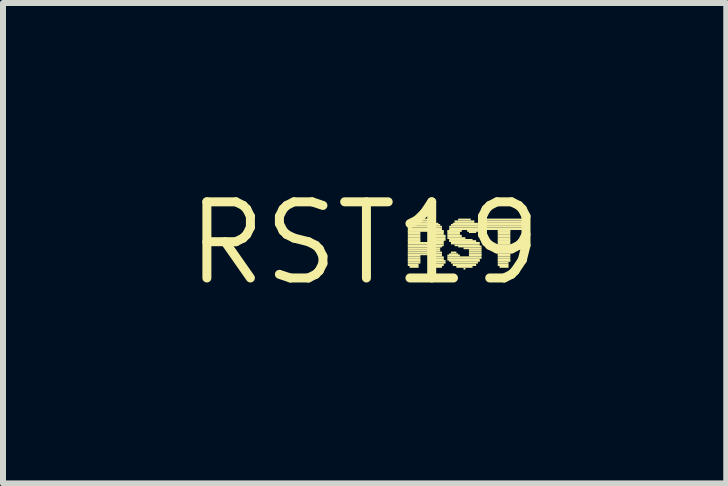
<source format=kicad_pcb>
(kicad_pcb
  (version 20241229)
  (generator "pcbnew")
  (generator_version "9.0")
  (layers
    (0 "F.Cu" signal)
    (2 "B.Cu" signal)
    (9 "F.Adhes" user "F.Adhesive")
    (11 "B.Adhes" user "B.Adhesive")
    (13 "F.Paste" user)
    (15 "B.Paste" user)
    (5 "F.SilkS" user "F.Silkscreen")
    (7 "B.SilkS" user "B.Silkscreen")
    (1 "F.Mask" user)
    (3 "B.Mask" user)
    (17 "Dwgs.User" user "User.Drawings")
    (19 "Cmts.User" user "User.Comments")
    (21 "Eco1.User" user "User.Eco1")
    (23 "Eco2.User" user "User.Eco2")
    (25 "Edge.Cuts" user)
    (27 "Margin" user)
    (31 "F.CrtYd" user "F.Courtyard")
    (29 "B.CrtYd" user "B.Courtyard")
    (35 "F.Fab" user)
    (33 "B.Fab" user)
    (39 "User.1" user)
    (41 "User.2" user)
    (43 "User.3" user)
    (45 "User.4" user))
  (footprint "RST19"
    (layer "F.Cu")
    (at 3.031 1.006)
    (property "Reference" "RST19" (at 0 0 0) (layer "F.SilkS") (effects (font (size 1.27 1.27) (thickness 0.15))))
    (fp_poly (pts (xy 0.72 -0.34) (xy 1.17 -0.34) (xy 1.17 -0.38) (xy 0.72 -0.38)) (stroke (width 0) (type default)) (fill yes) (layer "F.SilkS"))
    (fp_poly (pts (xy 0.72 -0.31) (xy 1.23 -0.31) (xy 1.23 -0.34) (xy 0.72 -0.34)) (stroke (width 0) (type default)) (fill yes) (layer "F.SilkS"))
    (fp_poly (pts (xy 0.72 -0.29) (xy 1.26 -0.29) (xy 1.26 -0.32) (xy 0.72 -0.32)) (stroke (width 0) (type default)) (fill yes) (layer "F.SilkS"))
    (fp_poly (pts (xy 0.72 -0.26) (xy 1.29 -0.26) (xy 1.29 -0.29) (xy 0.72 -0.29)) (stroke (width 0) (type default)) (fill yes) (layer "F.SilkS"))
    (fp_poly (pts (xy 0.72 -0.22) (xy 1.29 -0.22) (xy 1.29 -0.26) (xy 0.72 -0.26)) (stroke (width 0) (type default)) (fill yes) (layer "F.SilkS"))
    (fp_poly (pts (xy 0.72 -0.19) (xy 1.32 -0.19) (xy 1.32 -0.22) (xy 0.72 -0.22)) (stroke (width 0) (type default)) (fill yes) (layer "F.SilkS"))
    (fp_poly (pts (xy 0.72 -0.17) (xy 0.93 -0.17) (xy 0.93 -0.2) (xy 0.72 -0.2)) (stroke (width 0) (type default)) (fill yes) (layer "F.SilkS"))
    (fp_poly (pts (xy 0.72 -0.14) (xy 0.93 -0.14) (xy 0.93 -0.17) (xy 0.72 -0.17)) (stroke (width 0) (type default)) (fill yes) (layer "F.SilkS"))
    (fp_poly (pts (xy 0.72 -0.1) (xy 0.93 -0.1) (xy 0.93 -0.14) (xy 0.72 -0.14)) (stroke (width 0) (type default)) (fill yes) (layer "F.SilkS"))
    (fp_poly (pts (xy 0.72 -0.07) (xy 0.93 -0.07) (xy 0.93 -0.1) (xy 0.72 -0.1)) (stroke (width 0) (type default)) (fill yes) (layer "F.SilkS"))
    (fp_poly (pts (xy 0.72 -0.04) (xy 0.93 -0.04) (xy 0.93 -0.07) (xy 0.72 -0.07)) (stroke (width 0) (type default)) (fill yes) (layer "F.SilkS"))
    (fp_poly (pts (xy 0.72 -0.02) (xy 0.93 -0.02) (xy 0.93 -0.05) (xy 0.72 -0.05)) (stroke (width 0) (type default)) (fill yes) (layer "F.SilkS"))
    (fp_poly (pts (xy 0.72 0.02) (xy 1.32 0.02) (xy 1.32 -0.02) (xy 0.72 -0.02)) (stroke (width 0) (type default)) (fill yes) (layer "F.SilkS"))
    (fp_poly (pts (xy 0.72 0.05) (xy 1.32 0.05) (xy 1.32 0.02) (xy 0.72 0.02)) (stroke (width 0) (type default)) (fill yes) (layer "F.SilkS"))
    (fp_poly (pts (xy 0.72 0.07) (xy 1.29 0.07) (xy 1.29 0.04) (xy 0.72 0.04)) (stroke (width 0) (type default)) (fill yes) (layer "F.SilkS"))
    (fp_poly (pts (xy 0.72 0.1) (xy 1.26 0.1) (xy 1.26 0.07) (xy 0.72 0.07)) (stroke (width 0) (type default)) (fill yes) (layer "F.SilkS"))
    (fp_poly (pts (xy 0.72 0.14) (xy 1.26 0.14) (xy 1.26 0.1) (xy 0.72 0.1)) (stroke (width 0) (type default)) (fill yes) (layer "F.SilkS"))
    (fp_poly (pts (xy 0.72 0.17) (xy 1.29 0.17) (xy 1.29 0.14) (xy 0.72 0.14)) (stroke (width 0) (type default)) (fill yes) (layer "F.SilkS"))
    (fp_poly (pts (xy 0.72 0.2) (xy 1.29 0.2) (xy 1.29 0.17) (xy 0.72 0.17)) (stroke (width 0) (type default)) (fill yes) (layer "F.SilkS"))
    (fp_poly (pts (xy 0.72 0.22) (xy 0.93 0.22) (xy 0.93 0.19) (xy 0.72 0.19)) (stroke (width 0) (type default)) (fill yes) (layer "F.SilkS"))
    (fp_poly (pts (xy 0.72 0.26) (xy 0.93 0.26) (xy 0.93 0.22) (xy 0.72 0.22)) (stroke (width 0) (type default)) (fill yes) (layer "F.SilkS"))
    (fp_poly (pts (xy 0.72 0.29) (xy 0.93 0.29) (xy 0.93 0.26) (xy 0.72 0.26)) (stroke (width 0) (type default)) (fill yes) (layer "F.SilkS"))
    (fp_poly (pts (xy 0.72 0.31) (xy 0.93 0.31) (xy 0.93 0.28) (xy 0.72 0.28)) (stroke (width 0) (type default)) (fill yes) (layer "F.SilkS"))
    (fp_poly (pts (xy 0.72 0.34) (xy 0.93 0.34) (xy 0.93 0.31) (xy 0.72 0.31)) (stroke (width 0) (type default)) (fill yes) (layer "F.SilkS"))
    (fp_poly (pts (xy 0.72 0.38) (xy 0.9 0.38) (xy 0.9 0.34) (xy 0.72 0.34)) (stroke (width 0) (type default)) (fill yes) (layer "F.SilkS"))
    (fp_poly (pts (xy 0.75 0.41) (xy 0.9 0.41) (xy 0.9 0.38) (xy 0.75 0.38)) (stroke (width 0) (type default)) (fill yes) (layer "F.SilkS"))
    (fp_poly (pts (xy 0.78 -0.38) (xy 1.08 -0.38) (xy 1.08 -0.41) (xy 0.78 -0.41)) (stroke (width 0) (type default)) (fill yes) (layer "F.SilkS"))
    (fp_poly (pts (xy 1.08 -0.17) (xy 1.32 -0.17) (xy 1.32 -0.2) (xy 1.08 -0.2)) (stroke (width 0) (type default)) (fill yes) (layer "F.SilkS"))
    (fp_poly (pts (xy 1.08 0.22) (xy 1.29 0.22) (xy 1.29 0.19) (xy 1.08 0.19)) (stroke (width 0) (type default)) (fill yes) (layer "F.SilkS"))
    (fp_poly (pts (xy 1.11 -0.14) (xy 1.32 -0.14) (xy 1.32 -0.17) (xy 1.11 -0.17)) (stroke (width 0) (type default)) (fill yes) (layer "F.SilkS"))
    (fp_poly (pts (xy 1.11 -0.02) (xy 1.32 -0.02) (xy 1.32 -0.05) (xy 1.11 -0.05)) (stroke (width 0) (type default)) (fill yes) (layer "F.SilkS"))
    (fp_poly (pts (xy 1.11 0.26) (xy 1.32 0.26) (xy 1.32 0.22) (xy 1.11 0.22)) (stroke (width 0) (type default)) (fill yes) (layer "F.SilkS"))
    (fp_poly (pts (xy 1.11 0.29) (xy 1.32 0.29) (xy 1.32 0.26) (xy 1.11 0.26)) (stroke (width 0) (type default)) (fill yes) (layer "F.SilkS"))
    (fp_poly (pts (xy 1.11 0.31) (xy 1.35 0.31) (xy 1.35 0.28) (xy 1.11 0.28)) (stroke (width 0) (type default)) (fill yes) (layer "F.SilkS"))
    (fp_poly (pts (xy 1.14 -0.1) (xy 1.35 -0.1) (xy 1.35 -0.14) (xy 1.14 -0.14)) (stroke (width 0) (type default)) (fill yes) (layer "F.SilkS"))
    (fp_poly (pts (xy 1.14 -0.07) (xy 1.35 -0.07) (xy 1.35 -0.1) (xy 1.14 -0.1)) (stroke (width 0) (type default)) (fill yes) (layer "F.SilkS"))
    (fp_poly (pts (xy 1.14 -0.04) (xy 1.35 -0.04) (xy 1.35 -0.07) (xy 1.14 -0.07)) (stroke (width 0) (type default)) (fill yes) (layer "F.SilkS"))
    (fp_poly (pts (xy 1.14 0.34) (xy 1.35 0.34) (xy 1.35 0.31) (xy 1.14 0.31)) (stroke (width 0) (type default)) (fill yes) (layer "F.SilkS"))
    (fp_poly (pts (xy 1.14 0.38) (xy 1.32 0.38) (xy 1.32 0.34) (xy 1.14 0.34)) (stroke (width 0) (type default)) (fill yes) (layer "F.SilkS"))
    (fp_poly (pts (xy 1.17 0.41) (xy 1.29 0.41) (xy 1.29 0.38) (xy 1.17 0.38)) (stroke (width 0) (type default)) (fill yes) (layer "F.SilkS"))
    (fp_poly (pts (xy 1.38 -0.19) (xy 1.62 -0.19) (xy 1.62 -0.22) (xy 1.38 -0.22)) (stroke (width 0) (type default)) (fill yes) (layer "F.SilkS"))
    (fp_poly (pts (xy 1.38 -0.17) (xy 1.59 -0.17) (xy 1.59 -0.2) (xy 1.38 -0.2)) (stroke (width 0) (type default)) (fill yes) (layer "F.SilkS"))
    (fp_poly (pts (xy 1.38 -0.14) (xy 1.59 -0.14) (xy 1.59 -0.17) (xy 1.38 -0.17)) (stroke (width 0) (type default)) (fill yes) (layer "F.SilkS"))
    (fp_poly (pts (xy 1.38 -0.1) (xy 1.62 -0.1) (xy 1.62 -0.14) (xy 1.38 -0.14)) (stroke (width 0) (type default)) (fill yes) (layer "F.SilkS"))
    (fp_poly (pts (xy 1.38 -0.07) (xy 1.68 -0.07) (xy 1.68 -0.1) (xy 1.38 -0.1)) (stroke (width 0) (type default)) (fill yes) (layer "F.SilkS"))
    (fp_poly (pts (xy 1.38 0.22) (xy 1.59 0.22) (xy 1.59 0.19) (xy 1.38 0.19)) (stroke (width 0) (type default)) (fill yes) (layer "F.SilkS"))
    (fp_poly (pts (xy 1.38 0.26) (xy 1.95 0.26) (xy 1.95 0.22) (xy 1.38 0.22)) (stroke (width 0) (type default)) (fill yes) (layer "F.SilkS"))
    (fp_poly (pts (xy 1.38 0.29) (xy 1.92 0.29) (xy 1.92 0.26) (xy 1.38 0.26)) (stroke (width 0) (type default)) (fill yes) (layer "F.SilkS"))
    (fp_poly (pts (xy 1.41 -0.26) (xy 1.92 -0.26) (xy 1.92 -0.29) (xy 1.41 -0.29)) (stroke (width 0) (type default)) (fill yes) (layer "F.SilkS"))
    (fp_poly (pts (xy 1.41 -0.22) (xy 1.89 -0.22) (xy 1.89 -0.26) (xy 1.41 -0.26)) (stroke (width 0) (type default)) (fill yes) (layer "F.SilkS"))
    (fp_poly (pts (xy 1.41 -0.04) (xy 1.8 -0.04) (xy 1.8 -0.07) (xy 1.41 -0.07)) (stroke (width 0) (type default)) (fill yes) (layer "F.SilkS"))
    (fp_poly (pts (xy 1.41 -0.02) (xy 1.86 -0.02) (xy 1.86 -0.05) (xy 1.41 -0.05)) (stroke (width 0) (type default)) (fill yes) (layer "F.SilkS"))
    (fp_poly (pts (xy 1.41 0.2) (xy 1.56 0.2) (xy 1.56 0.17) (xy 1.41 0.17)) (stroke (width 0) (type default)) (fill yes) (layer "F.SilkS"))
    (fp_poly (pts (xy 1.41 0.31) (xy 1.92 0.31) (xy 1.92 0.28) (xy 1.41 0.28)) (stroke (width 0) (type default)) (fill yes) (layer "F.SilkS"))
    (fp_poly (pts (xy 1.44 -0.29) (xy 1.89 -0.29) (xy 1.89 -0.32) (xy 1.44 -0.32)) (stroke (width 0) (type default)) (fill yes) (layer "F.SilkS"))
    (fp_poly (pts (xy 1.44 0.02) (xy 1.92 0.02) (xy 1.92 -0.02) (xy 1.44 -0.02)) (stroke (width 0) (type default)) (fill yes) (layer "F.SilkS"))
    (fp_poly (pts (xy 1.44 0.17) (xy 1.53 0.17) (xy 1.53 0.14) (xy 1.44 0.14)) (stroke (width 0) (type default)) (fill yes) (layer "F.SilkS"))
    (fp_poly (pts (xy 1.44 0.34) (xy 1.89 0.34) (xy 1.89 0.31) (xy 1.44 0.31)) (stroke (width 0) (type default)) (fill yes) (layer "F.SilkS"))
    (fp_poly (pts (xy 1.47 -0.31) (xy 1.89 -0.31) (xy 1.89 -0.34) (xy 1.47 -0.34)) (stroke (width 0) (type default)) (fill yes) (layer "F.SilkS"))
    (fp_poly (pts (xy 1.47 0.38) (xy 1.86 0.38) (xy 1.86 0.34) (xy 1.47 0.34)) (stroke (width 0) (type default)) (fill yes) (layer "F.SilkS"))
    (fp_poly (pts (xy 1.5 -0.34) (xy 1.83 -0.34) (xy 1.83 -0.38) (xy 1.5 -0.38)) (stroke (width 0) (type default)) (fill yes) (layer "F.SilkS"))
    (fp_poly (pts (xy 1.5 0.05) (xy 1.92 0.05) (xy 1.92 0.02) (xy 1.5 0.02)) (stroke (width 0) (type default)) (fill yes) (layer "F.SilkS"))
    (fp_poly (pts (xy 1.53 0.41) (xy 1.8 0.41) (xy 1.8 0.38) (xy 1.53 0.38)) (stroke (width 0) (type default)) (fill yes) (layer "F.SilkS"))
    (fp_poly (pts (xy 1.56 -0.38) (xy 1.77 -0.38) (xy 1.77 -0.41) (xy 1.56 -0.41)) (stroke (width 0) (type default)) (fill yes) (layer "F.SilkS"))
    (fp_poly (pts (xy 1.56 0.07) (xy 1.95 0.07) (xy 1.95 0.04) (xy 1.56 0.04)) (stroke (width 0) (type default)) (fill yes) (layer "F.SilkS"))
    (fp_poly (pts (xy 1.65 0.1) (xy 1.95 0.1) (xy 1.95 0.07) (xy 1.65 0.07)) (stroke (width 0) (type default)) (fill yes) (layer "F.SilkS"))
    (fp_poly (pts (xy 1.65 0.44) (xy 1.68 0.44) (xy 1.68 0.41) (xy 1.65 0.41)) (stroke (width 0) (type default)) (fill yes) (layer "F.SilkS"))
    (fp_poly (pts (xy 1.71 -0.19) (xy 1.89 -0.19) (xy 1.89 -0.22) (xy 1.71 -0.22)) (stroke (width 0) (type default)) (fill yes) (layer "F.SilkS"))
    (fp_poly (pts (xy 1.74 -0.17) (xy 1.86 -0.17) (xy 1.86 -0.2) (xy 1.74 -0.2)) (stroke (width 0) (type default)) (fill yes) (layer "F.SilkS"))
    (fp_poly (pts (xy 1.74 0.14) (xy 1.95 0.14) (xy 1.95 0.1) (xy 1.74 0.1)) (stroke (width 0) (type default)) (fill yes) (layer "F.SilkS"))
    (fp_poly (pts (xy 1.74 0.17) (xy 1.95 0.17) (xy 1.95 0.14) (xy 1.74 0.14)) (stroke (width 0) (type default)) (fill yes) (layer "F.SilkS"))
    (fp_poly (pts (xy 1.74 0.2) (xy 1.95 0.2) (xy 1.95 0.17) (xy 1.74 0.17)) (stroke (width 0) (type default)) (fill yes) (layer "F.SilkS"))
    (fp_poly (pts (xy 1.74 0.22) (xy 1.95 0.22) (xy 1.95 0.19) (xy 1.74 0.19)) (stroke (width 0) (type default)) (fill yes) (layer "F.SilkS"))
    (fp_poly (pts (xy 1.92 -0.31) (xy 2.7 -0.31) (xy 2.7 -0.34) (xy 1.92 -0.34)) (stroke (width 0) (type default)) (fill yes) (layer "F.SilkS"))
    (fp_poly (pts (xy 1.92 -0.29) (xy 2.7 -0.29) (xy 2.7 -0.32) (xy 1.92 -0.32)) (stroke (width 0) (type default)) (fill yes) (layer "F.SilkS"))
    (fp_poly (pts (xy 1.95 -0.34) (xy 2.7 -0.34) (xy 2.7 -0.38) (xy 1.95 -0.38)) (stroke (width 0) (type default)) (fill yes) (layer "F.SilkS"))
    (fp_poly (pts (xy 1.95 -0.26) (xy 2.7 -0.26) (xy 2.7 -0.29) (xy 1.95 -0.29)) (stroke (width 0) (type default)) (fill yes) (layer "F.SilkS"))
    (fp_poly (pts (xy 1.95 -0.22) (xy 2.67 -0.22) (xy 2.67 -0.26) (xy 1.95 -0.26)) (stroke (width 0) (type default)) (fill yes) (layer "F.SilkS"))
    (fp_poly (pts (xy 1.98 -0.38) (xy 2.64 -0.38) (xy 2.64 -0.41) (xy 1.98 -0.41)) (stroke (width 0) (type default)) (fill yes) (layer "F.SilkS"))
    (fp_poly (pts (xy 2.22 -0.19) (xy 2.43 -0.19) (xy 2.43 -0.22) (xy 2.22 -0.22)) (stroke (width 0) (type default)) (fill yes) (layer "F.SilkS"))
    (fp_poly (pts (xy 2.22 -0.17) (xy 2.43 -0.17) (xy 2.43 -0.2) (xy 2.22 -0.2)) (stroke (width 0) (type default)) (fill yes) (layer "F.SilkS"))
    (fp_poly (pts (xy 2.22 -0.14) (xy 2.43 -0.14) (xy 2.43 -0.17) (xy 2.22 -0.17)) (stroke (width 0) (type default)) (fill yes) (layer "F.SilkS"))
    (fp_poly (pts (xy 2.22 -0.1) (xy 2.43 -0.1) (xy 2.43 -0.14) (xy 2.22 -0.14)) (stroke (width 0) (type default)) (fill yes) (layer "F.SilkS"))
    (fp_poly (pts (xy 2.22 -0.07) (xy 2.43 -0.07) (xy 2.43 -0.1) (xy 2.22 -0.1)) (stroke (width 0) (type default)) (fill yes) (layer "F.SilkS"))
    (fp_poly (pts (xy 2.22 -0.04) (xy 2.43 -0.04) (xy 2.43 -0.07) (xy 2.22 -0.07)) (stroke (width 0) (type default)) (fill yes) (layer "F.SilkS"))
    (fp_poly (pts (xy 2.22 -0.02) (xy 2.43 -0.02) (xy 2.43 -0.05) (xy 2.22 -0.05)) (stroke (width 0) (type default)) (fill yes) (layer "F.SilkS"))
    (fp_poly (pts (xy 2.22 0.02) (xy 2.43 0.02) (xy 2.43 -0.02) (xy 2.22 -0.02)) (stroke (width 0) (type default)) (fill yes) (layer "F.SilkS"))
    (fp_poly (pts (xy 2.22 0.05) (xy 2.43 0.05) (xy 2.43 0.02) (xy 2.22 0.02)) (stroke (width 0) (type default)) (fill yes) (layer "F.SilkS"))
    (fp_poly (pts (xy 2.22 0.07) (xy 2.43 0.07) (xy 2.43 0.04) (xy 2.22 0.04)) (stroke (width 0) (type default)) (fill yes) (layer "F.SilkS"))
    (fp_poly (pts (xy 2.22 0.1) (xy 2.43 0.1) (xy 2.43 0.07) (xy 2.22 0.07)) (stroke (width 0) (type default)) (fill yes) (layer "F.SilkS"))
    (fp_poly (pts (xy 2.22 0.14) (xy 2.43 0.14) (xy 2.43 0.1) (xy 2.22 0.1)) (stroke (width 0) (type default)) (fill yes) (layer "F.SilkS"))
    (fp_poly (pts (xy 2.22 0.17) (xy 2.43 0.17) (xy 2.43 0.14) (xy 2.22 0.14)) (stroke (width 0) (type default)) (fill yes) (layer "F.SilkS"))
    (fp_poly (pts (xy 2.22 0.2) (xy 2.43 0.2) (xy 2.43 0.17) (xy 2.22 0.17)) (stroke (width 0) (type default)) (fill yes) (layer "F.SilkS"))
    (fp_poly (pts (xy 2.22 0.22) (xy 2.43 0.22) (xy 2.43 0.19) (xy 2.22 0.19)) (stroke (width 0) (type default)) (fill yes) (layer "F.SilkS"))
    (fp_poly (pts (xy 2.22 0.26) (xy 2.43 0.26) (xy 2.43 0.22) (xy 2.22 0.22)) (stroke (width 0) (type default)) (fill yes) (layer "F.SilkS"))
    (fp_poly (pts (xy 2.22 0.29) (xy 2.43 0.29) (xy 2.43 0.26) (xy 2.22 0.26)) (stroke (width 0) (type default)) (fill yes) (layer "F.SilkS"))
    (fp_poly (pts (xy 2.22 0.31) (xy 2.43 0.31) (xy 2.43 0.28) (xy 2.22 0.28)) (stroke (width 0) (type default)) (fill yes) (layer "F.SilkS"))
    (fp_poly (pts (xy 2.22 0.34) (xy 2.4 0.34) (xy 2.4 0.31) (xy 2.22 0.31)) (stroke (width 0) (type default)) (fill yes) (layer "F.SilkS"))
    (fp_poly (pts (xy 2.22 0.38) (xy 2.4 0.38) (xy 2.4 0.34) (xy 2.22 0.34)) (stroke (width 0) (type default)) (fill yes) (layer "F.SilkS"))
    (fp_poly (pts (xy 2.25 0.41) (xy 2.4 0.41) (xy 2.4 0.38) (xy 2.25 0.38)) (stroke (width 0) (type default)) (fill yes) (layer "F.SilkS")))
  (gr_rect
    (start -3 -3)
    (end 9.062 5.012)
    (stroke (width 0.1) (type default))
    (fill no)
    (layer "Edge.Cuts")))
</source>
